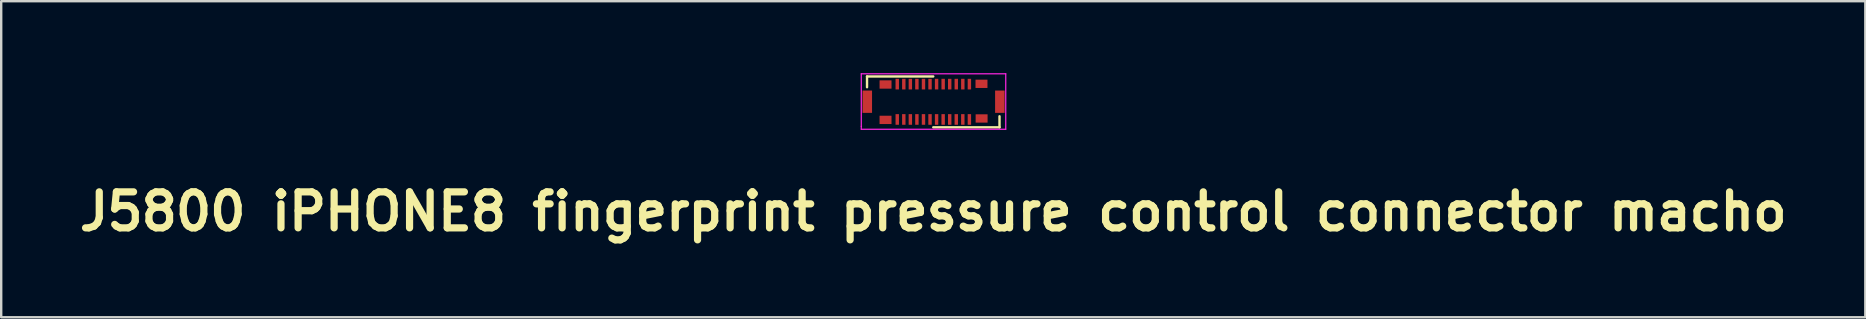
<source format=kicad_pcb>
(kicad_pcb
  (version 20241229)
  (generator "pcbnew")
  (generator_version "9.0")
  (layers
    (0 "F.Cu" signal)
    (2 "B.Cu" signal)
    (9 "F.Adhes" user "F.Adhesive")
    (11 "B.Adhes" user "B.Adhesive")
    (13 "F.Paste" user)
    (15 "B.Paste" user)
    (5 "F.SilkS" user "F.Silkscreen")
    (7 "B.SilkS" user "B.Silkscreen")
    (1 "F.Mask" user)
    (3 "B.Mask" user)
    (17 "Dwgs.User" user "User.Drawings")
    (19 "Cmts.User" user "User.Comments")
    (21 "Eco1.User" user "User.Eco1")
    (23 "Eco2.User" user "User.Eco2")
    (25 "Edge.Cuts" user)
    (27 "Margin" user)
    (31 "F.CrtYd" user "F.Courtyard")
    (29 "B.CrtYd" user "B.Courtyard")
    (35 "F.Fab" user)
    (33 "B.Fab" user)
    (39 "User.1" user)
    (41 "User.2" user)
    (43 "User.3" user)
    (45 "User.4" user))
  (footprint "J5800 iPHONE8 fingerprint pressure control connector macho"
    (layer "F.Cu")
    (at 35.836 1.195)
    (property "Reference" "J5800 iPHONE8 fingerprint pressure control connector macho" (at 0 4.57 0) (layer "F.SilkS") (effects (font (size 1.5 1.5) (thickness 0.3))))
    (attr board_only exclude_from_pos_files exclude_from_bom)
    (fp_poly (pts (xy -2.551 -0.007) (xy -2.551 0.458) (xy -2.749 0.458) (xy -2.947 0.458) (xy -2.947 -0.007) (xy -2.947 -0.471) (xy -2.749 -0.471) (xy -2.551 -0.471)) (stroke (width 0) (type solid)) (fill yes) (layer "F.Mask"))
    (fp_poly (pts (xy -1.737 -0.724) (xy -1.737 -0.55) (xy -1.989 -0.55) (xy -2.241 -0.55) (xy -2.241 -0.724) (xy -2.241 -0.897) (xy -1.989 -0.897) (xy -1.737 -0.897)) (stroke (width 0) (type solid)) (fill yes) (layer "F.Mask"))
    (fp_poly (pts (xy -1.737 0.75) (xy -1.737 0.923) (xy -1.989 0.923) (xy -2.241 0.923) (xy -2.241 0.75) (xy -2.241 0.577) (xy -1.989 0.577) (xy -1.737 0.577)) (stroke (width 0) (type solid)) (fill yes) (layer "F.Mask"))
    (fp_poly (pts (xy -1.431 -0.74) (xy -1.431 -0.516) (xy -1.501 -0.516) (xy -1.572 -0.516) (xy -1.572 -0.74) (xy -1.572 -0.964) (xy -1.501 -0.964) (xy -1.431 -0.964)) (stroke (width 0) (type solid)) (fill yes) (layer "F.Mask"))
    (fp_poly (pts (xy -1.431 0.732) (xy -1.431 0.959) (xy -1.501 0.959) (xy -1.572 0.959) (xy -1.572 0.732) (xy -1.572 0.504) (xy -1.501 0.504) (xy -1.431 0.504)) (stroke (width 0) (type solid)) (fill yes) (layer "F.Mask"))
    (fp_poly (pts (xy -1.164 -0.738) (xy -1.164 -0.514) (xy -1.234 -0.514) (xy -1.305 -0.514) (xy -1.305 -0.738) (xy -1.305 -0.962) (xy -1.234 -0.962) (xy -1.164 -0.962)) (stroke (width 0) (type solid)) (fill yes) (layer "F.Mask"))
    (fp_poly (pts (xy -1.157 0.73) (xy -1.157 0.959) (xy -1.234 0.959) (xy -1.312 0.959) (xy -1.312 0.73) (xy -1.312 0.501) (xy -1.234 0.501) (xy -1.157 0.501)) (stroke (width 0) (type solid)) (fill yes) (layer "F.Mask"))
    (fp_poly (pts (xy -0.89 -0.738) (xy -0.89 -0.514) (xy -0.964 -0.514) (xy -1.038 -0.514) (xy -1.038 -0.738) (xy -1.038 -0.962) (xy -0.964 -0.962) (xy -0.89 -0.962)) (stroke (width 0) (type solid)) (fill yes) (layer "F.Mask"))
    (fp_poly (pts (xy -0.89 0.732) (xy -0.89 0.959) (xy -0.964 0.959) (xy -1.038 0.959) (xy -1.038 0.732) (xy -1.038 0.504) (xy -0.964 0.504) (xy -0.89 0.504)) (stroke (width 0) (type solid)) (fill yes) (layer "F.Mask"))
    (fp_poly (pts (xy -0.62 -0.738) (xy -0.62 -0.514) (xy -0.694 -0.514) (xy -0.768 -0.514) (xy -0.768 -0.738) (xy -0.768 -0.962) (xy -0.694 -0.962) (xy -0.62 -0.962)) (stroke (width 0) (type solid)) (fill yes) (layer "F.Mask"))
    (fp_poly (pts (xy -0.62 0.732) (xy -0.62 0.959) (xy -0.694 0.959) (xy -0.768 0.959) (xy -0.768 0.732) (xy -0.768 0.504) (xy -0.694 0.504) (xy -0.62 0.504)) (stroke (width 0) (type solid)) (fill yes) (layer "F.Mask"))
    (fp_poly (pts (xy -0.353 0.732) (xy -0.353 0.959) (xy -0.424 0.959) (xy -0.494 0.959) (xy -0.494 0.732) (xy -0.494 0.504) (xy -0.424 0.504) (xy -0.353 0.504)) (stroke (width 0) (type solid)) (fill yes) (layer "F.Mask"))
    (fp_poly (pts (xy -0.346 -0.738) (xy -0.346 -0.514) (xy -0.424 -0.514) (xy -0.501 -0.514) (xy -0.501 -0.738) (xy -0.501 -0.962) (xy -0.424 -0.962) (xy -0.346 -0.962)) (stroke (width 0) (type solid)) (fill yes) (layer "F.Mask"))
    (fp_poly (pts (xy -0.079 -0.738) (xy -0.079 -0.514) (xy -0.152 -0.514) (xy -0.224 -0.514) (xy -0.224 -0.738) (xy -0.224 -0.962) (xy -0.152 -0.962) (xy -0.079 -0.962)) (stroke (width 0) (type solid)) (fill yes) (layer "F.Mask"))
    (fp_poly (pts (xy -0.079 0.732) (xy -0.079 0.959) (xy -0.152 0.959) (xy -0.224 0.959) (xy -0.224 0.732) (xy -0.224 0.504) (xy -0.152 0.504) (xy -0.079 0.504)) (stroke (width 0) (type solid)) (fill yes) (layer "F.Mask"))
    (fp_poly (pts (xy 0.227 -0.738) (xy 0.227 -0.514) (xy 0.155 -0.514) (xy 0.082 -0.514) (xy 0.082 -0.738) (xy 0.082 -0.962) (xy 0.155 -0.962) (xy 0.227 -0.962)) (stroke (width 0) (type solid)) (fill yes) (layer "F.Mask"))
    (fp_poly (pts (xy 0.227 0.732) (xy 0.227 0.959) (xy 0.155 0.959) (xy 0.082 0.959) (xy 0.082 0.732) (xy 0.082 0.504) (xy 0.155 0.504) (xy 0.227 0.504)) (stroke (width 0) (type solid)) (fill yes) (layer "F.Mask"))
    (fp_poly (pts (xy 0.494 -0.738) (xy 0.494 -0.514) (xy 0.422 -0.514) (xy 0.349 -0.514) (xy 0.349 -0.738) (xy 0.349 -0.962) (xy 0.422 -0.962) (xy 0.494 -0.962)) (stroke (width 0) (type solid)) (fill yes) (layer "F.Mask"))
    (fp_poly (pts (xy 0.494 0.732) (xy 0.494 0.959) (xy 0.422 0.959) (xy 0.349 0.959) (xy 0.349 0.732) (xy 0.349 0.504) (xy 0.422 0.504) (xy 0.494 0.504)) (stroke (width 0) (type solid)) (fill yes) (layer "F.Mask"))
    (fp_poly (pts (xy 0.765 -0.738) (xy 0.765 -0.514) (xy 0.694 -0.514) (xy 0.623 -0.514) (xy 0.623 -0.738) (xy 0.623 -0.962) (xy 0.694 -0.962) (xy 0.765 -0.962)) (stroke (width 0) (type solid)) (fill yes) (layer "F.Mask"))
    (fp_poly (pts (xy 0.765 0.732) (xy 0.765 0.959) (xy 0.694 0.959) (xy 0.623 0.959) (xy 0.623 0.732) (xy 0.623 0.504) (xy 0.694 0.504) (xy 0.765 0.504)) (stroke (width 0) (type solid)) (fill yes) (layer "F.Mask"))
    (fp_poly (pts (xy 1.038 -0.738) (xy 1.038 -0.514) (xy 0.964 -0.514) (xy 0.89 -0.514) (xy 0.89 -0.738) (xy 0.89 -0.962) (xy 0.964 -0.962) (xy 1.038 -0.962)) (stroke (width 0) (type solid)) (fill yes) (layer "F.Mask"))
    (fp_poly (pts (xy 1.038 0.732) (xy 1.038 0.959) (xy 0.964 0.959) (xy 0.89 0.959) (xy 0.89 0.732) (xy 0.89 0.504) (xy 0.964 0.504) (xy 1.038 0.504)) (stroke (width 0) (type solid)) (fill yes) (layer "F.Mask"))
    (fp_poly (pts (xy 1.309 -0.738) (xy 1.309 -0.514) (xy 1.234 -0.514) (xy 1.16 -0.514) (xy 1.16 -0.738) (xy 1.16 -0.962) (xy 1.234 -0.962) (xy 1.309 -0.962)) (stroke (width 0) (type solid)) (fill yes) (layer "F.Mask"))
    (fp_poly (pts (xy 1.309 0.732) (xy 1.309 0.959) (xy 1.234 0.959) (xy 1.16 0.959) (xy 1.16 0.732) (xy 1.16 0.504) (xy 1.234 0.504) (xy 1.309 0.504)) (stroke (width 0) (type solid)) (fill yes) (layer "F.Mask"))
    (fp_poly (pts (xy 1.576 -0.738) (xy 1.576 -0.514) (xy 1.505 -0.514) (xy 1.434 -0.514) (xy 1.434 -0.738) (xy 1.434 -0.962) (xy 1.505 -0.962) (xy 1.576 -0.962)) (stroke (width 0) (type solid)) (fill yes) (layer "F.Mask"))
    (fp_poly (pts (xy 1.576 0.732) (xy 1.576 0.959) (xy 1.505 0.959) (xy 1.434 0.959) (xy 1.434 0.732) (xy 1.434 0.504) (xy 1.505 0.504) (xy 1.576 0.504)) (stroke (width 0) (type solid)) (fill yes) (layer "F.Mask"))
    (fp_poly (pts (xy 2.258 -0.753) (xy 2.258 -0.58) (xy 2.009 -0.58) (xy 1.76 -0.58) (xy 1.76 -0.753) (xy 1.76 -0.926) (xy 2.009 -0.926) (xy 2.258 -0.926)) (stroke (width 0) (type solid)) (fill yes) (layer "F.Mask"))
    (fp_poly (pts (xy 2.264 0.691) (xy 2.264 0.864) (xy 2.014 0.864) (xy 1.763 0.864) (xy 1.763 0.691) (xy 1.763 0.517) (xy 2.014 0.517) (xy 2.264 0.517)) (stroke (width 0) (type solid)) (fill yes) (layer "F.Mask"))
    (fp_poly (pts (xy 2.943 -0.007) (xy 2.943 0.458) (xy 2.774 0.458) (xy 2.604 0.458) (xy 2.604 -0.007) (xy 2.604 -0.471) (xy 2.774 -0.471) (xy 2.943 -0.471)) (stroke (width 0) (type solid)) (fill yes) (layer "F.Mask"))
    (fp_poly (pts (xy 1.314 -0.85) (xy 1.314 -0.84) (xy 1.314 -0.828) (xy 1.315 -0.795) (xy 1.315 -0.758) (xy 1.315 -0.719) (xy 1.315 -0.68) (xy 1.315 -0.644) (xy 1.314 -0.617) (xy 1.314 -0.603) (xy 1.314 -0.595) (xy 1.314 -0.593) (xy 1.314 -0.597) (xy 1.314 -0.606) (xy 1.314 -0.621) (xy 1.314 -0.642) (xy 1.313 -0.667) (xy 1.313 -0.697) (xy 1.313 -0.724) (xy 1.313 -0.757) (xy 1.313 -0.786) (xy 1.314 -0.81) (xy 1.314 -0.829) (xy 1.314 -0.842) (xy 1.314 -0.851) (xy 1.314 -0.853)) (stroke (width 0) (type solid)) (fill yes) (layer "F.Mask"))
    (fp_poly (pts (xy -1.577 -0.876) (xy -1.577 -0.868) (xy -1.576 -0.854) (xy -1.576 -0.851) (xy -1.576 -0.817) (xy -1.576 -0.779) (xy -1.576 -0.738) (xy -1.576 -0.698) (xy -1.576 -0.659) (xy -1.576 -0.625) (xy -1.577 -0.61) (xy -1.577 -0.602) (xy -1.577 -0.599) (xy -1.577 -0.602) (xy -1.577 -0.611) (xy -1.577 -0.626) (xy -1.577 -0.645) (xy -1.577 -0.67) (xy -1.577 -0.699) (xy -1.577 -0.733) (xy -1.577 -0.738) (xy -1.577 -0.773) (xy -1.577 -0.803) (xy -1.577 -0.828) (xy -1.577 -0.849) (xy -1.577 -0.864) (xy -1.577 -0.874) (xy -1.577 -0.878)) (stroke (width 0) (type solid)) (fill yes) (layer "F.Mask"))
    (fp_poly (pts (xy -1.501 -0.878) (xy -1.501 -0.87) (xy -1.501 -0.855) (xy -1.501 -0.853) (xy -1.501 -0.819) (xy -1.501 -0.781) (xy -1.501 -0.74) (xy -1.501 -0.699) (xy -1.501 -0.661) (xy -1.501 -0.627) (xy -1.501 -0.612) (xy -1.501 -0.603) (xy -1.502 -0.601) (xy -1.502 -0.604) (xy -1.502 -0.613) (xy -1.502 -0.627) (xy -1.502 -0.647) (xy -1.502 -0.672) (xy -1.502 -0.701) (xy -1.502 -0.735) (xy -1.502 -0.74) (xy -1.502 -0.775) (xy -1.502 -0.805) (xy -1.502 -0.83) (xy -1.502 -0.85) (xy -1.502 -0.866) (xy -1.502 -0.875) (xy -1.502 -0.879)) (stroke (width 0) (type solid)) (fill yes) (layer "F.Mask"))
    (fp_poly (pts (xy -1.31 -0.876) (xy -1.31 -0.868) (xy -1.309 -0.854) (xy -1.309 -0.851) (xy -1.309 -0.817) (xy -1.309 -0.779) (xy -1.309 -0.738) (xy -1.309 -0.698) (xy -1.309 -0.659) (xy -1.309 -0.625) (xy -1.31 -0.61) (xy -1.31 -0.602) (xy -1.31 -0.599) (xy -1.31 -0.602) (xy -1.31 -0.611) (xy -1.31 -0.626) (xy -1.31 -0.645) (xy -1.31 -0.67) (xy -1.31 -0.699) (xy -1.31 -0.733) (xy -1.31 -0.738) (xy -1.31 -0.773) (xy -1.31 -0.803) (xy -1.31 -0.828) (xy -1.31 -0.849) (xy -1.31 -0.864) (xy -1.31 -0.874) (xy -1.31 -0.878)) (stroke (width 0) (type solid)) (fill yes) (layer "F.Mask"))
    (fp_poly (pts (xy -1.158 -0.876) (xy -1.158 -0.868) (xy -1.158 -0.854) (xy -1.158 -0.851) (xy -1.158 -0.817) (xy -1.157 -0.779) (xy -1.157 -0.738) (xy -1.157 -0.698) (xy -1.158 -0.659) (xy -1.158 -0.625) (xy -1.158 -0.61) (xy -1.158 -0.602) (xy -1.158 -0.599) (xy -1.158 -0.602) (xy -1.158 -0.611) (xy -1.158 -0.626) (xy -1.159 -0.645) (xy -1.159 -0.67) (xy -1.159 -0.699) (xy -1.159 -0.733) (xy -1.159 -0.738) (xy -1.159 -0.773) (xy -1.159 -0.803) (xy -1.159 -0.828) (xy -1.159 -0.849) (xy -1.158 -0.864) (xy -1.158 -0.874) (xy -1.158 -0.878)) (stroke (width 0) (type solid)) (fill yes) (layer "F.Mask"))
    (fp_poly (pts (xy -1.043 -0.876) (xy -1.043 -0.868) (xy -1.042 -0.854) (xy -1.042 -0.851) (xy -1.042 -0.817) (xy -1.042 -0.779) (xy -1.042 -0.738) (xy -1.042 -0.698) (xy -1.042 -0.659) (xy -1.042 -0.625) (xy -1.043 -0.61) (xy -1.043 -0.602) (xy -1.043 -0.599) (xy -1.043 -0.602) (xy -1.043 -0.611) (xy -1.043 -0.626) (xy -1.043 -0.645) (xy -1.043 -0.67) (xy -1.043 -0.699) (xy -1.043 -0.733) (xy -1.043 -0.738) (xy -1.043 -0.773) (xy -1.043 -0.803) (xy -1.043 -0.828) (xy -1.043 -0.849) (xy -1.043 -0.864) (xy -1.043 -0.874) (xy -1.043 -0.878)) (stroke (width 0) (type solid)) (fill yes) (layer "F.Mask"))
    (fp_poly (pts (xy -0.614 -0.876) (xy -0.614 -0.868) (xy -0.614 -0.854) (xy -0.614 -0.851) (xy -0.614 -0.817) (xy -0.614 -0.779) (xy -0.614 -0.738) (xy -0.614 -0.698) (xy -0.614 -0.659) (xy -0.614 -0.625) (xy -0.614 -0.61) (xy -0.614 -0.602) (xy -0.614 -0.599) (xy -0.614 -0.602) (xy -0.615 -0.611) (xy -0.615 -0.626) (xy -0.615 -0.645) (xy -0.615 -0.67) (xy -0.615 -0.699) (xy -0.615 -0.733) (xy -0.615 -0.738) (xy -0.615 -0.773) (xy -0.615 -0.803) (xy -0.615 -0.828) (xy -0.615 -0.849) (xy -0.615 -0.864) (xy -0.614 -0.874) (xy -0.614 -0.878)) (stroke (width 0) (type solid)) (fill yes) (layer "F.Mask"))
    (fp_poly (pts (xy 0.619 -0.876) (xy 0.619 -0.868) (xy 0.619 -0.854) (xy 0.619 -0.851) (xy 0.619 -0.817) (xy 0.619 -0.779) (xy 0.619 -0.738) (xy 0.619 -0.698) (xy 0.619 -0.659) (xy 0.619 -0.625) (xy 0.619 -0.61) (xy 0.619 -0.602) (xy 0.618 -0.599) (xy 0.618 -0.602) (xy 0.618 -0.611) (xy 0.618 -0.626) (xy 0.618 -0.645) (xy 0.618 -0.67) (xy 0.618 -0.699) (xy 0.618 -0.733) (xy 0.618 -0.738) (xy 0.618 -0.773) (xy 0.618 -0.803) (xy 0.618 -0.828) (xy 0.618 -0.849) (xy 0.618 -0.864) (xy 0.618 -0.874) (xy 0.618 -0.878)) (stroke (width 0) (type solid)) (fill yes) (layer "F.Mask"))
    (fp_poly (pts (xy 0.77 -0.876) (xy 0.77 -0.868) (xy 0.77 -0.854) (xy 0.77 -0.851) (xy 0.771 -0.817) (xy 0.771 -0.779) (xy 0.771 -0.738) (xy 0.771 -0.698) (xy 0.771 -0.659) (xy 0.77 -0.625) (xy 0.77 -0.61) (xy 0.77 -0.602) (xy 0.77 -0.599) (xy 0.77 -0.602) (xy 0.77 -0.611) (xy 0.77 -0.626) (xy 0.77 -0.645) (xy 0.77 -0.67) (xy 0.77 -0.699) (xy 0.77 -0.733) (xy 0.77 -0.738) (xy 0.77 -0.773) (xy 0.77 -0.803) (xy 0.77 -0.828) (xy 0.77 -0.849) (xy 0.77 -0.864) (xy 0.77 -0.874) (xy 0.77 -0.878)) (stroke (width 0) (type solid)) (fill yes) (layer "F.Mask"))
    (fp_poly (pts (xy 0.886 -0.876) (xy 0.886 -0.868) (xy 0.886 -0.854) (xy 0.886 -0.851) (xy 0.886 -0.817) (xy 0.886 -0.779) (xy 0.886 -0.738) (xy 0.886 -0.698) (xy 0.886 -0.659) (xy 0.886 -0.625) (xy 0.886 -0.61) (xy 0.886 -0.602) (xy 0.885 -0.599) (xy 0.885 -0.602) (xy 0.885 -0.611) (xy 0.885 -0.626) (xy 0.885 -0.645) (xy 0.885 -0.67) (xy 0.885 -0.699) (xy 0.885 -0.733) (xy 0.885 -0.738) (xy 0.885 -0.773) (xy 0.885 -0.803) (xy 0.885 -0.828) (xy 0.885 -0.849) (xy 0.885 -0.864) (xy 0.885 -0.874) (xy 0.885 -0.878)) (stroke (width 0) (type solid)) (fill yes) (layer "F.Mask"))
    (fp_poly (pts (xy 1.429 -0.876) (xy 1.43 -0.868) (xy 1.43 -0.854) (xy 1.43 -0.851) (xy 1.43 -0.817) (xy 1.43 -0.779) (xy 1.43 -0.738) (xy 1.43 -0.698) (xy 1.43 -0.659) (xy 1.43 -0.625) (xy 1.43 -0.61) (xy 1.429 -0.602) (xy 1.429 -0.599) (xy 1.429 -0.602) (xy 1.429 -0.611) (xy 1.429 -0.626) (xy 1.429 -0.645) (xy 1.429 -0.67) (xy 1.429 -0.699) (xy 1.429 -0.733) (xy 1.429 -0.738) (xy 1.429 -0.773) (xy 1.429 -0.803) (xy 1.429 -0.828) (xy 1.429 -0.849) (xy 1.429 -0.864) (xy 1.429 -0.874) (xy 1.429 -0.878)) (stroke (width 0) (type solid)) (fill yes) (layer "F.Mask"))
    (fp_poly (pts (xy -1.577 0.59) (xy -1.577 0.597) (xy -1.576 0.611) (xy -1.576 0.616) (xy -1.576 0.65) (xy -1.576 0.689) (xy -1.576 0.729) (xy -1.576 0.77) (xy -1.576 0.809) (xy -1.576 0.843) (xy -1.576 0.847) (xy -1.577 0.862) (xy -1.577 0.87) (xy -1.577 0.873) (xy -1.577 0.87) (xy -1.577 0.861) (xy -1.577 0.847) (xy -1.577 0.827) (xy -1.577 0.802) (xy -1.577 0.773) (xy -1.577 0.739) (xy -1.577 0.73) (xy -1.577 0.695) (xy -1.577 0.665) (xy -1.577 0.639) (xy -1.577 0.618) (xy -1.577 0.603) (xy -1.577 0.593) (xy -1.577 0.588)) (stroke (width 0) (type solid)) (fill yes) (layer "F.Mask"))
    (fp_poly (pts (xy -1.501 0.591) (xy -1.501 0.598) (xy -1.501 0.612) (xy -1.501 0.617) (xy -1.501 0.651) (xy -1.501 0.69) (xy -1.501 0.73) (xy -1.501 0.771) (xy -1.501 0.81) (xy -1.501 0.844) (xy -1.501 0.847) (xy -1.501 0.863) (xy -1.501 0.871) (xy -1.502 0.874) (xy -1.502 0.871) (xy -1.502 0.862) (xy -1.502 0.847) (xy -1.502 0.828) (xy -1.502 0.803) (xy -1.502 0.774) (xy -1.502 0.74) (xy -1.502 0.731) (xy -1.502 0.696) (xy -1.502 0.666) (xy -1.502 0.64) (xy -1.502 0.619) (xy -1.502 0.604) (xy -1.502 0.594) (xy -1.502 0.589)) (stroke (width 0) (type solid)) (fill yes) (layer "F.Mask"))
    (fp_poly (pts (xy -1.043 0.59) (xy -1.043 0.597) (xy -1.042 0.611) (xy -1.042 0.616) (xy -1.042 0.65) (xy -1.042 0.689) (xy -1.042 0.729) (xy -1.042 0.77) (xy -1.042 0.809) (xy -1.042 0.843) (xy -1.042 0.847) (xy -1.043 0.862) (xy -1.043 0.87) (xy -1.043 0.873) (xy -1.043 0.87) (xy -1.043 0.861) (xy -1.043 0.847) (xy -1.043 0.827) (xy -1.043 0.802) (xy -1.043 0.773) (xy -1.043 0.739) (xy -1.043 0.73) (xy -1.043 0.695) (xy -1.043 0.665) (xy -1.043 0.639) (xy -1.043 0.618) (xy -1.043 0.603) (xy -1.043 0.593) (xy -1.043 0.588)) (stroke (width 0) (type solid)) (fill yes) (layer "F.Mask"))
    (fp_poly (pts (xy -0.614 0.59) (xy -0.614 0.597) (xy -0.614 0.611) (xy -0.614 0.616) (xy -0.614 0.65) (xy -0.614 0.689) (xy -0.614 0.729) (xy -0.614 0.77) (xy -0.614 0.809) (xy -0.614 0.843) (xy -0.614 0.847) (xy -0.614 0.862) (xy -0.614 0.87) (xy -0.614 0.873) (xy -0.614 0.87) (xy -0.615 0.861) (xy -0.615 0.847) (xy -0.615 0.827) (xy -0.615 0.802) (xy -0.615 0.773) (xy -0.615 0.739) (xy -0.615 0.73) (xy -0.615 0.695) (xy -0.615 0.665) (xy -0.615 0.639) (xy -0.615 0.618) (xy -0.615 0.603) (xy -0.614 0.593) (xy -0.614 0.588)) (stroke (width 0) (type solid)) (fill yes) (layer "F.Mask"))
    (fp_poly (pts (xy -0.499 0.59) (xy -0.499 0.597) (xy -0.499 0.611) (xy -0.499 0.616) (xy -0.498 0.65) (xy -0.498 0.689) (xy -0.498 0.729) (xy -0.498 0.77) (xy -0.498 0.809) (xy -0.499 0.843) (xy -0.499 0.847) (xy -0.499 0.862) (xy -0.499 0.87) (xy -0.499 0.873) (xy -0.499 0.87) (xy -0.499 0.861) (xy -0.499 0.847) (xy -0.499 0.827) (xy -0.499 0.802) (xy -0.499 0.773) (xy -0.499 0.739) (xy -0.499 0.73) (xy -0.499 0.695) (xy -0.499 0.665) (xy -0.499 0.639) (xy -0.499 0.618) (xy -0.499 0.603) (xy -0.499 0.593) (xy -0.499 0.588)) (stroke (width 0) (type solid)) (fill yes) (layer "F.Mask"))
    (fp_poly (pts (xy -0.347 0.59) (xy -0.347 0.597) (xy -0.347 0.611) (xy -0.347 0.616) (xy -0.347 0.65) (xy -0.347 0.689) (xy -0.347 0.729) (xy -0.347 0.77) (xy -0.347 0.809) (xy -0.347 0.843) (xy -0.347 0.847) (xy -0.347 0.862) (xy -0.347 0.87) (xy -0.347 0.873) (xy -0.347 0.87) (xy -0.348 0.861) (xy -0.348 0.847) (xy -0.348 0.827) (xy -0.348 0.802) (xy -0.348 0.773) (xy -0.348 0.739) (xy -0.348 0.73) (xy -0.348 0.695) (xy -0.348 0.665) (xy -0.348 0.639) (xy -0.348 0.618) (xy -0.348 0.603) (xy -0.347 0.593) (xy -0.347 0.588)) (stroke (width 0) (type solid)) (fill yes) (layer "F.Mask"))
    (fp_poly (pts (xy 0.619 0.59) (xy 0.619 0.597) (xy 0.619 0.611) (xy 0.619 0.616) (xy 0.619 0.65) (xy 0.619 0.689) (xy 0.619 0.729) (xy 0.619 0.77) (xy 0.619 0.809) (xy 0.619 0.843) (xy 0.619 0.847) (xy 0.619 0.862) (xy 0.619 0.87) (xy 0.618 0.873) (xy 0.618 0.87) (xy 0.618 0.861) (xy 0.618 0.847) (xy 0.618 0.827) (xy 0.618 0.802) (xy 0.618 0.773) (xy 0.618 0.739) (xy 0.618 0.73) (xy 0.618 0.695) (xy 0.618 0.665) (xy 0.618 0.639) (xy 0.618 0.618) (xy 0.618 0.603) (xy 0.618 0.593) (xy 0.618 0.588)) (stroke (width 0) (type solid)) (fill yes) (layer "F.Mask"))
    (fp_poly (pts (xy 0.77 0.59) (xy 0.77 0.597) (xy 0.77 0.611) (xy 0.77 0.616) (xy 0.771 0.65) (xy 0.771 0.689) (xy 0.771 0.729) (xy 0.771 0.77) (xy 0.771 0.809) (xy 0.77 0.843) (xy 0.77 0.847) (xy 0.77 0.862) (xy 0.77 0.87) (xy 0.77 0.873) (xy 0.77 0.87) (xy 0.77 0.861) (xy 0.77 0.847) (xy 0.77 0.827) (xy 0.77 0.802) (xy 0.77 0.773) (xy 0.77 0.739) (xy 0.77 0.73) (xy 0.77 0.695) (xy 0.77 0.665) (xy 0.77 0.639) (xy 0.77 0.618) (xy 0.77 0.603) (xy 0.77 0.593) (xy 0.77 0.588)) (stroke (width 0) (type solid)) (fill yes) (layer "F.Mask"))
    (fp_poly (pts (xy 0.886 0.59) (xy 0.886 0.597) (xy 0.886 0.611) (xy 0.886 0.616) (xy 0.886 0.65) (xy 0.886 0.689) (xy 0.886 0.729) (xy 0.886 0.77) (xy 0.886 0.809) (xy 0.886 0.843) (xy 0.886 0.847) (xy 0.886 0.862) (xy 0.886 0.87) (xy 0.885 0.873) (xy 0.885 0.87) (xy 0.885 0.861) (xy 0.885 0.847) (xy 0.885 0.827) (xy 0.885 0.802) (xy 0.885 0.773) (xy 0.885 0.739) (xy 0.885 0.73) (xy 0.885 0.695) (xy 0.885 0.665) (xy 0.885 0.639) (xy 0.885 0.618) (xy 0.885 0.603) (xy 0.885 0.593) (xy 0.885 0.588)) (stroke (width 0) (type solid)) (fill yes) (layer "F.Mask"))
    (fp_poly (pts (xy 1.314 0.59) (xy 1.314 0.597) (xy 1.314 0.611) (xy 1.314 0.616) (xy 1.315 0.65) (xy 1.315 0.689) (xy 1.315 0.729) (xy 1.315 0.77) (xy 1.315 0.809) (xy 1.314 0.843) (xy 1.314 0.847) (xy 1.314 0.862) (xy 1.314 0.87) (xy 1.314 0.873) (xy 1.314 0.87) (xy 1.314 0.861) (xy 1.314 0.847) (xy 1.314 0.827) (xy 1.313 0.802) (xy 1.313 0.773) (xy 1.313 0.739) (xy 1.313 0.73) (xy 1.313 0.695) (xy 1.313 0.665) (xy 1.314 0.639) (xy 1.314 0.618) (xy 1.314 0.603) (xy 1.314 0.593) (xy 1.314 0.588)) (stroke (width 0) (type solid)) (fill yes) (layer "F.Mask"))
    (fp_poly (pts (xy 1.429 0.59) (xy 1.43 0.597) (xy 1.43 0.611) (xy 1.43 0.616) (xy 1.43 0.65) (xy 1.43 0.689) (xy 1.43 0.729) (xy 1.43 0.77) (xy 1.43 0.809) (xy 1.43 0.843) (xy 1.43 0.847) (xy 1.43 0.862) (xy 1.429 0.87) (xy 1.429 0.873) (xy 1.429 0.87) (xy 1.429 0.861) (xy 1.429 0.847) (xy 1.429 0.827) (xy 1.429 0.802) (xy 1.429 0.773) (xy 1.429 0.739) (xy 1.429 0.73) (xy 1.429 0.695) (xy 1.429 0.665) (xy 1.429 0.639) (xy 1.429 0.618) (xy 1.429 0.603) (xy 1.429 0.593) (xy 1.429 0.588)) (stroke (width 0) (type solid)) (fill yes) (layer "F.Mask"))
    (fp_poly (pts (xy 1.505 0.59) (xy 1.505 0.597) (xy 1.505 0.61) (xy 1.505 0.615) (xy 1.505 0.65) (xy 1.505 0.689) (xy 1.505 0.73) (xy 1.505 0.771) (xy 1.505 0.81) (xy 1.505 0.845) (xy 1.505 0.848) (xy 1.505 0.863) (xy 1.505 0.872) (xy 1.505 0.875) (xy 1.504 0.872) (xy 1.504 0.863) (xy 1.504 0.849) (xy 1.504 0.83) (xy 1.504 0.805) (xy 1.504 0.776) (xy 1.504 0.742) (xy 1.504 0.732) (xy 1.504 0.697) (xy 1.504 0.666) (xy 1.504 0.64) (xy 1.504 0.619) (xy 1.504 0.603) (xy 1.504 0.593) (xy 1.505 0.588)) (stroke (width 0) (type solid)) (fill yes) (layer "F.Mask"))
    (fp_poly (pts (xy 1.505 -0.877) (xy 1.505 -0.869) (xy 1.505 -0.855) (xy 1.505 -0.852) (xy 1.505 -0.818) (xy 1.505 -0.779) (xy 1.505 -0.739) (xy 1.505 -0.698) (xy 1.505 -0.66) (xy 1.505 -0.626) (xy 1.505 -0.624) (xy 1.505 -0.609) (xy 1.505 -0.601) (xy 1.505 -0.598) (xy 1.504 -0.601) (xy 1.504 -0.61) (xy 1.504 -0.625) (xy 1.504 -0.645) (xy 1.504 -0.669) (xy 1.504 -0.699) (xy 1.504 -0.733) (xy 1.504 -0.739) (xy 1.504 -0.774) (xy 1.504 -0.804) (xy 1.504 -0.829) (xy 1.504 -0.85) (xy 1.504 -0.865) (xy 1.504 -0.875) (xy 1.505 -0.879)) (stroke (width 0) (type solid)) (fill yes) (layer "F.Mask"))
    (fp_line (start -2.76 -1.06) (end 0 -1.06) (stroke (width 0.1) (type default)) (layer "F.SilkS"))
    (fp_line (start -2.76 -0.61) (end -2.76 -1.06) (stroke (width 0.1) (type default)) (layer "F.SilkS"))
    (fp_line (start 0 1.06) (end 2.76 1.06) (stroke (width 0.1) (type default)) (layer "F.SilkS"))
    (fp_line (start 2.76 0.6) (end 2.76 1.06) (stroke (width 0.1) (type default)) (layer "F.SilkS"))
    (fp_line (start -3 -1.17) (end -3 1.02) (stroke (width 0.05) (type default)) (layer "F.CrtYd"))
    (fp_line (start -3 1.02) (end -3 1.14) (stroke (width 0.05) (type default)) (layer "F.CrtYd"))
    (fp_line (start -3 1.14) (end 3.02 1.14) (stroke (width 0.05) (type default)) (layer "F.CrtYd"))
    (fp_line (start 3.02 -1.17) (end -3 -1.17) (stroke (width 0.05) (type default)) (layer "F.CrtYd"))
    (fp_line (start 3.02 1.14) (end 3.02 -1.17) (stroke (width 0.05) (type default)) (layer "F.CrtYd"))
    (pad "1" smd rect (at -1.501 0.732) (size 0.142 0.443) (layers "F.Cu" "F.Mask" "F.Paste"))
    (pad "2" smd rect (at -1.501 -0.74) (size 0.142 0.443) (layers "F.Cu" "F.Mask" "F.Paste"))
    (pad "3" smd rect (at -1.228 0.732) (size 0.142 0.443) (layers "F.Cu" "F.Mask" "F.Paste"))
    (pad "4" smd rect (at -1.228 -0.74) (size 0.142 0.443) (layers "F.Cu" "F.Mask" "F.Paste"))
    (pad "5" smd rect (at -0.955 0.732) (size 0.142 0.443) (layers "F.Cu" "F.Mask" "F.Paste"))
    (pad "6" smd rect (at -0.955 -0.74) (size 0.142 0.443) (layers "F.Cu" "F.Mask" "F.Paste"))
    (pad "7" smd rect (at -0.682 0.732) (size 0.142 0.443) (layers "F.Cu" "F.Mask" "F.Paste"))
    (pad "8" smd rect (at -0.682 -0.74) (size 0.142 0.443) (layers "F.Cu" "F.Mask" "F.Paste"))
    (pad "9" smd rect (at -0.408 0.732) (size 0.142 0.443) (layers "F.Cu" "F.Mask" "F.Paste"))
    (pad "10" smd rect (at -0.408 -0.74) (size 0.142 0.443) (layers "F.Cu" "F.Mask" "F.Paste"))
    (pad "11" smd rect (at -0.135 0.732) (size 0.142 0.443) (layers "F.Cu" "F.Mask" "F.Paste"))
    (pad "12" smd rect (at -0.135 -0.74) (size 0.142 0.443) (layers "F.Cu" "F.Mask" "F.Paste"))
    (pad "13" smd rect (at 0.138 0.732) (size 0.142 0.443) (layers "F.Cu" "F.Mask" "F.Paste"))
    (pad "14" smd rect (at 0.138 -0.74) (size 0.142 0.443) (layers "F.Cu" "F.Mask" "F.Paste"))
    (pad "15" smd rect (at 0.412 0.732) (size 0.142 0.443) (layers "F.Cu" "F.Mask" "F.Paste"))
    (pad "16" smd rect (at 0.412 -0.74) (size 0.142 0.443) (layers "F.Cu" "F.Mask" "F.Paste"))
    (pad "17" smd rect (at 0.685 0.732) (size 0.142 0.443) (layers "F.Cu" "F.Mask" "F.Paste"))
    (pad "18" smd rect (at 0.685 -0.74) (size 0.142 0.443) (layers "F.Cu" "F.Mask" "F.Paste"))
    (pad "19" smd rect (at 0.958 0.732) (size 0.142 0.443) (layers "F.Cu" "F.Mask" "F.Paste"))
    (pad "20" smd rect (at 0.958 -0.74) (size 0.142 0.443) (layers "F.Cu" "F.Mask" "F.Paste"))
    (pad "21" smd rect (at 1.231 0.732) (size 0.142 0.443) (layers "F.Cu" "F.Mask" "F.Paste"))
    (pad "22" smd rect (at 1.231 -0.74) (size 0.142 0.443) (layers "F.Cu" "F.Mask" "F.Paste"))
    (pad "23" smd rect (at 1.505 0.732) (size 0.142 0.443) (layers "F.Cu" "F.Mask" "F.Paste"))
    (pad "24" smd rect (at 1.505 -0.74) (size 0.142 0.443) (layers "F.Cu" "F.Mask" "F.Paste"))
    (pad "25" smd rect (at -1.989 0.75) (size 0.498 0.346) (layers "F.Cu" "F.Mask" "F.Paste"))
    (pad "26" smd rect (at -1.989 -0.724) (size 0.498 0.346) (layers "F.Cu" "F.Mask" "F.Paste"))
    (pad "27" smd rect (at 2.014 0.691) (size 0.498 0.346) (layers "F.Cu" "F.Mask" "F.Paste"))
    (pad "28" smd rect (at 2.009 -0.753) (size 0.498 0.346) (layers "F.Cu" "F.Mask" "F.Paste"))
    (pad "29" smd rect (at -2.749 -0.007) (size 0.396 0.93) (layers "F.Cu" "F.Mask" "F.Paste"))
    (pad "30" smd rect (at 2.774 -0.007) (size 0.396 0.93) (layers "F.Cu" "F.Mask" "F.Paste")))
  (gr_rect
    (start -3 -3)
    (end 74.671 10.169)
    (stroke (width 0.1) (type default))
    (fill no)
    (layer "Edge.Cuts")))
</source>
